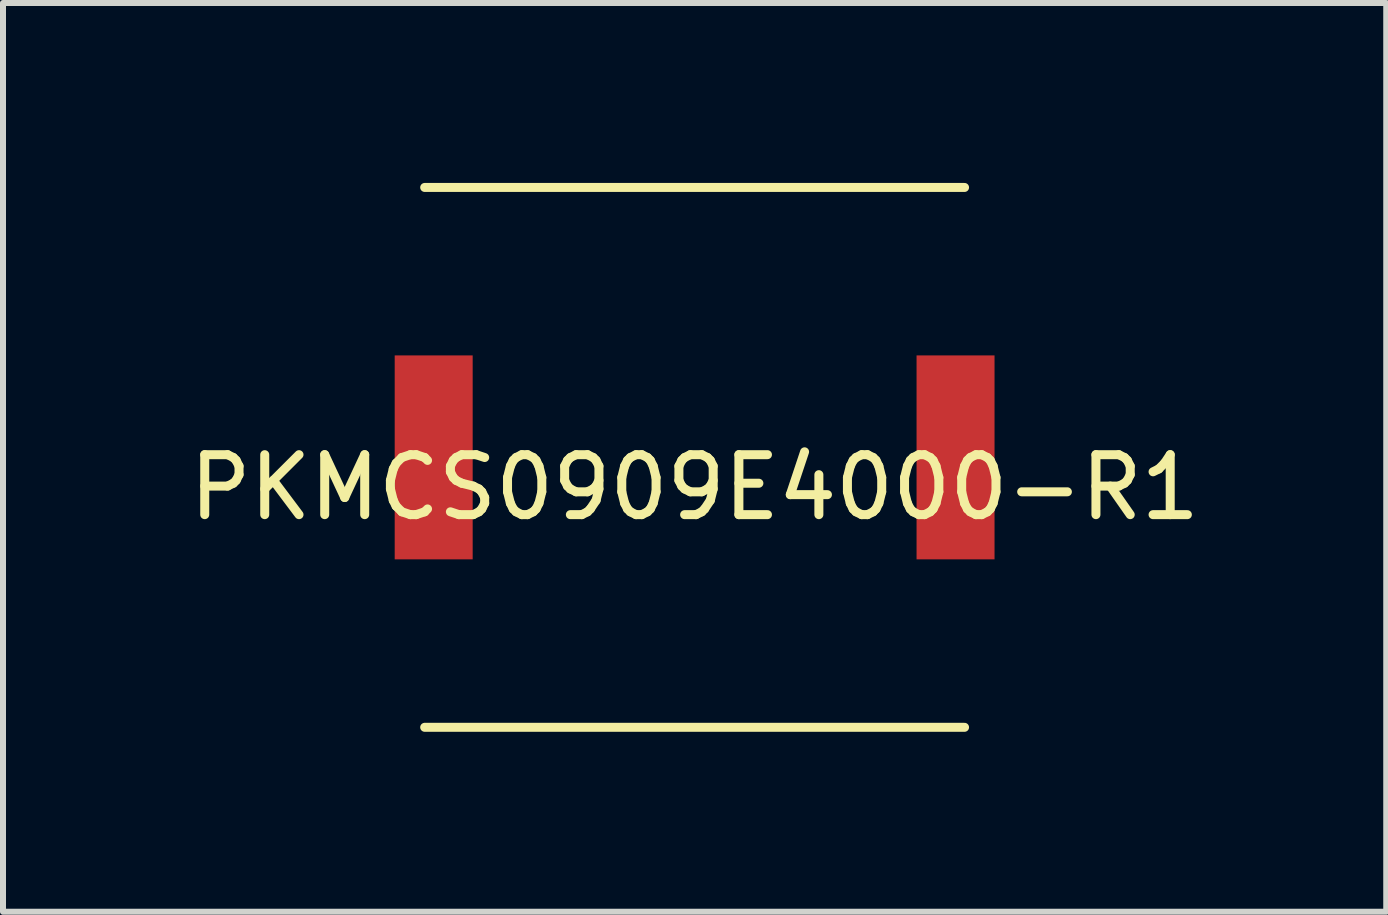
<source format=kicad_pcb>
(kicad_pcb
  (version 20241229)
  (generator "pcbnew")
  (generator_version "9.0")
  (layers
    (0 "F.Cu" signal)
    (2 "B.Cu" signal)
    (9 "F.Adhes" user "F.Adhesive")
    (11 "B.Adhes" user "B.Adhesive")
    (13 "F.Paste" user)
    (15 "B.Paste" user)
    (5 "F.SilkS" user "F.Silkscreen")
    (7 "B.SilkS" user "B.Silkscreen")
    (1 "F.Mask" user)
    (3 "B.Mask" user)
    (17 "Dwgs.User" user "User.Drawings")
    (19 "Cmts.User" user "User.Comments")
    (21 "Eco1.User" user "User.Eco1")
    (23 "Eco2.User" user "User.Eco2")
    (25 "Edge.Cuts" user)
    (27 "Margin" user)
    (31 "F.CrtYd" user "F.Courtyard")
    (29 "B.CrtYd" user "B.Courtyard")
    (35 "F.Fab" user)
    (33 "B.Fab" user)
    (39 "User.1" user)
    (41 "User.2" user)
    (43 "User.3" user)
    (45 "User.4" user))
  (footprint "PKMCS0909E4000-R1"
    (layer "F.Cu")
    (at 8.53 4.575)
    (property "Reference" "PKMCS0909E4000-R1" (at 0 0.5 0) (layer "F.SilkS") (effects (font (size 1 1) (thickness 0.15))))
    (attr through_hole)
    (fp_line (start -4.5 -4.5) (end 4.5 -4.5) (stroke (width 0.15) (type solid)) (layer "F.SilkS"))
    (fp_line (start -4.5 4.5) (end 4.5 4.5) (stroke (width 0.15) (type solid)) (layer "F.SilkS"))
    (pad "1" smd rect (at -4.35 0) (size 1.3 3.4) (layers "F.Cu" "F.Mask" "F.Paste"))
    (pad "2" smd rect (at 4.35 0) (size 1.3 3.4) (layers "F.Cu" "F.Mask" "F.Paste")))
  (gr_rect
    (start -3 -3)
    (end 20.06 12.15)
    (stroke (width 0.1) (type default))
    (fill no)
    (layer "Edge.Cuts")))
</source>
